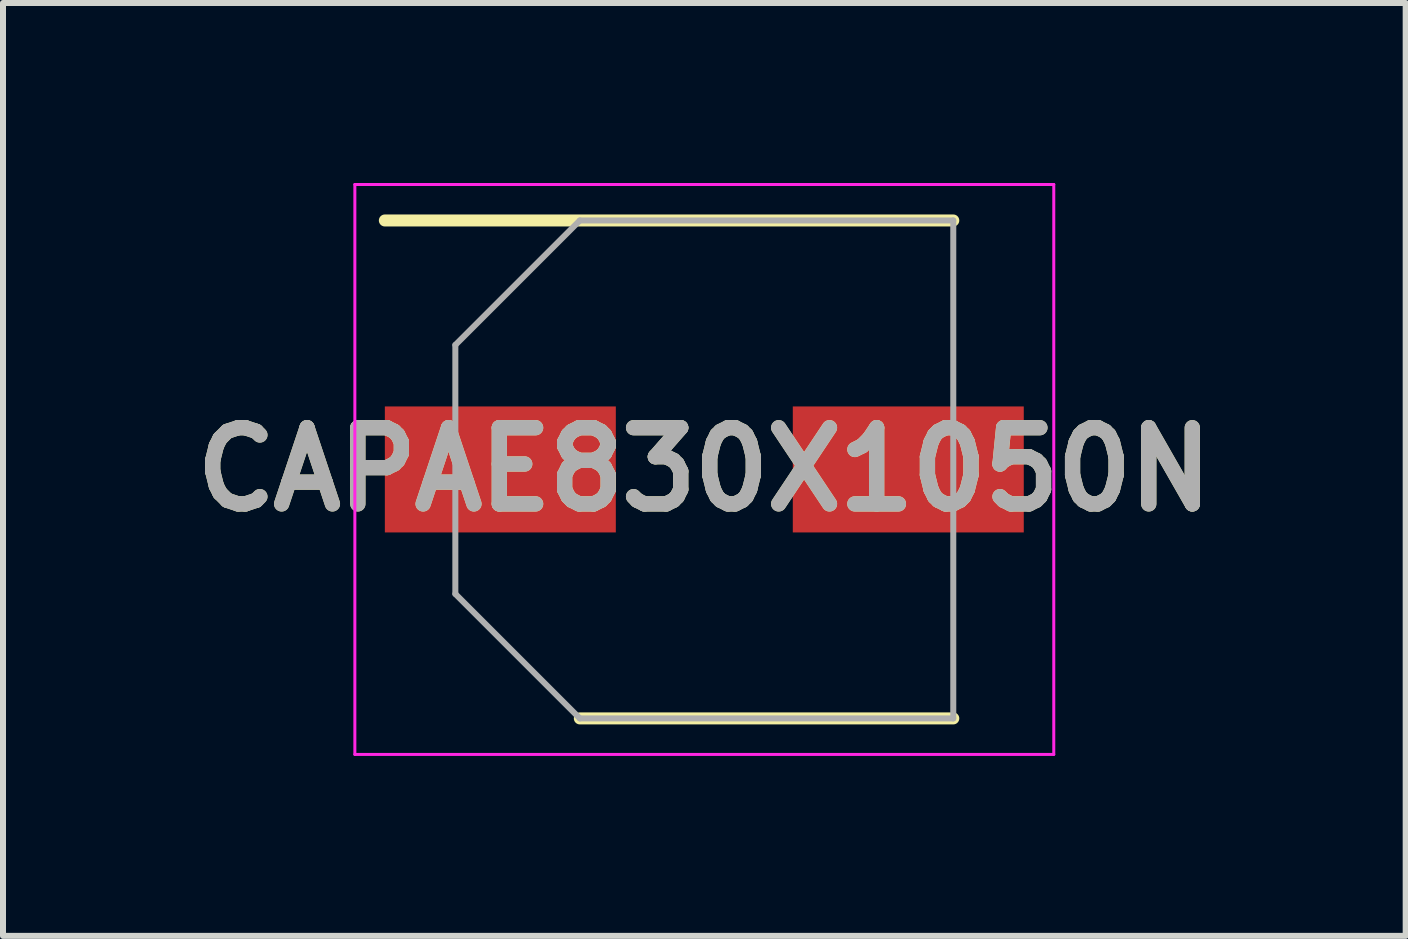
<source format=kicad_pcb>
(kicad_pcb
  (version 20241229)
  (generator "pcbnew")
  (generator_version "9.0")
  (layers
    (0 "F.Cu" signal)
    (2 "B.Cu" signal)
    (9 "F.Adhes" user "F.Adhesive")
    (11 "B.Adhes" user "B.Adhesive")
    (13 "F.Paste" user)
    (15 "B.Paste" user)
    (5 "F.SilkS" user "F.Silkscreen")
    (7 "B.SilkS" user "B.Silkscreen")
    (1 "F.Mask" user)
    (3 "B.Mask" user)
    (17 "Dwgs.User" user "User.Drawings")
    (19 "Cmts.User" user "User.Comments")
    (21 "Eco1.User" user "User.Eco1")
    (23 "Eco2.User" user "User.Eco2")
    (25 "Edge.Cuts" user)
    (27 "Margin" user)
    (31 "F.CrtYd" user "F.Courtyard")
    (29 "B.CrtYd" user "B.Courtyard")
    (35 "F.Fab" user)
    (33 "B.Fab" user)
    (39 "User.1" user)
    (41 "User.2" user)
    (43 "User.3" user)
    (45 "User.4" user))
  (footprint "CAPAE830X1050N"
    (layer "F.Cu")
    (at 8.69 4.775)
    (property "Reference" "CAPAE830X1050N" (at 0 0 0) (layer "F.SilkS") (effects (font (size 1.27 1.27) (thickness 0.254))))
    (attr smd)
    (fp_line (start -5.325 -4.15) (end 4.15 -4.15) (stroke (width 0.2) (type solid)) (layer "F.SilkS"))
    (fp_line (start -2.075 4.15) (end 4.15 4.15) (stroke (width 0.2) (type solid)) (layer "F.SilkS"))
    (fp_line (start -5.825 -4.75) (end 5.825 -4.75) (stroke (width 0.05) (type solid)) (layer "F.CrtYd"))
    (fp_line (start -5.825 4.75) (end -5.825 -4.75) (stroke (width 0.05) (type solid)) (layer "F.CrtYd"))
    (fp_line (start 5.825 -4.75) (end 5.825 4.75) (stroke (width 0.05) (type solid)) (layer "F.CrtYd"))
    (fp_line (start 5.825 4.75) (end -5.825 4.75) (stroke (width 0.05) (type solid)) (layer "F.CrtYd"))
    (fp_line (start -4.15 -2.075) (end -4.15 2.075) (stroke (width 0.1) (type solid)) (layer "F.Fab"))
    (fp_line (start -4.15 2.075) (end -2.075 4.15) (stroke (width 0.1) (type solid)) (layer "F.Fab"))
    (fp_line (start -2.075 -4.15) (end -4.15 -2.075) (stroke (width 0.1) (type solid)) (layer "F.Fab"))
    (fp_line (start -2.075 4.15) (end 4.15 4.15) (stroke (width 0.1) (type solid)) (layer "F.Fab"))
    (fp_line (start 4.15 -4.15) (end -2.075 -4.15) (stroke (width 0.1) (type solid)) (layer "F.Fab"))
    (fp_line (start 4.15 4.15) (end 4.15 -4.15) (stroke (width 0.1) (type solid)) (layer "F.Fab"))
    (fp_text user "${REFERENCE}" (at 0 0 0) (layer "F.Fab") (effects (font (size 1.27 1.27) (thickness 0.254))))
    (pad "1" smd rect (at -3.4 0 90) (size 2.1 3.85) (layers "F.Cu" "F.Mask" "F.Paste"))
    (pad "2" smd rect (at 3.4 0 90) (size 2.1 3.85) (layers "F.Cu" "F.Mask" "F.Paste")))
  (gr_rect
    (start -3 -3)
    (end 20.381 12.55)
    (stroke (width 0.1) (type default))
    (fill no)
    (layer "Edge.Cuts")))
</source>
